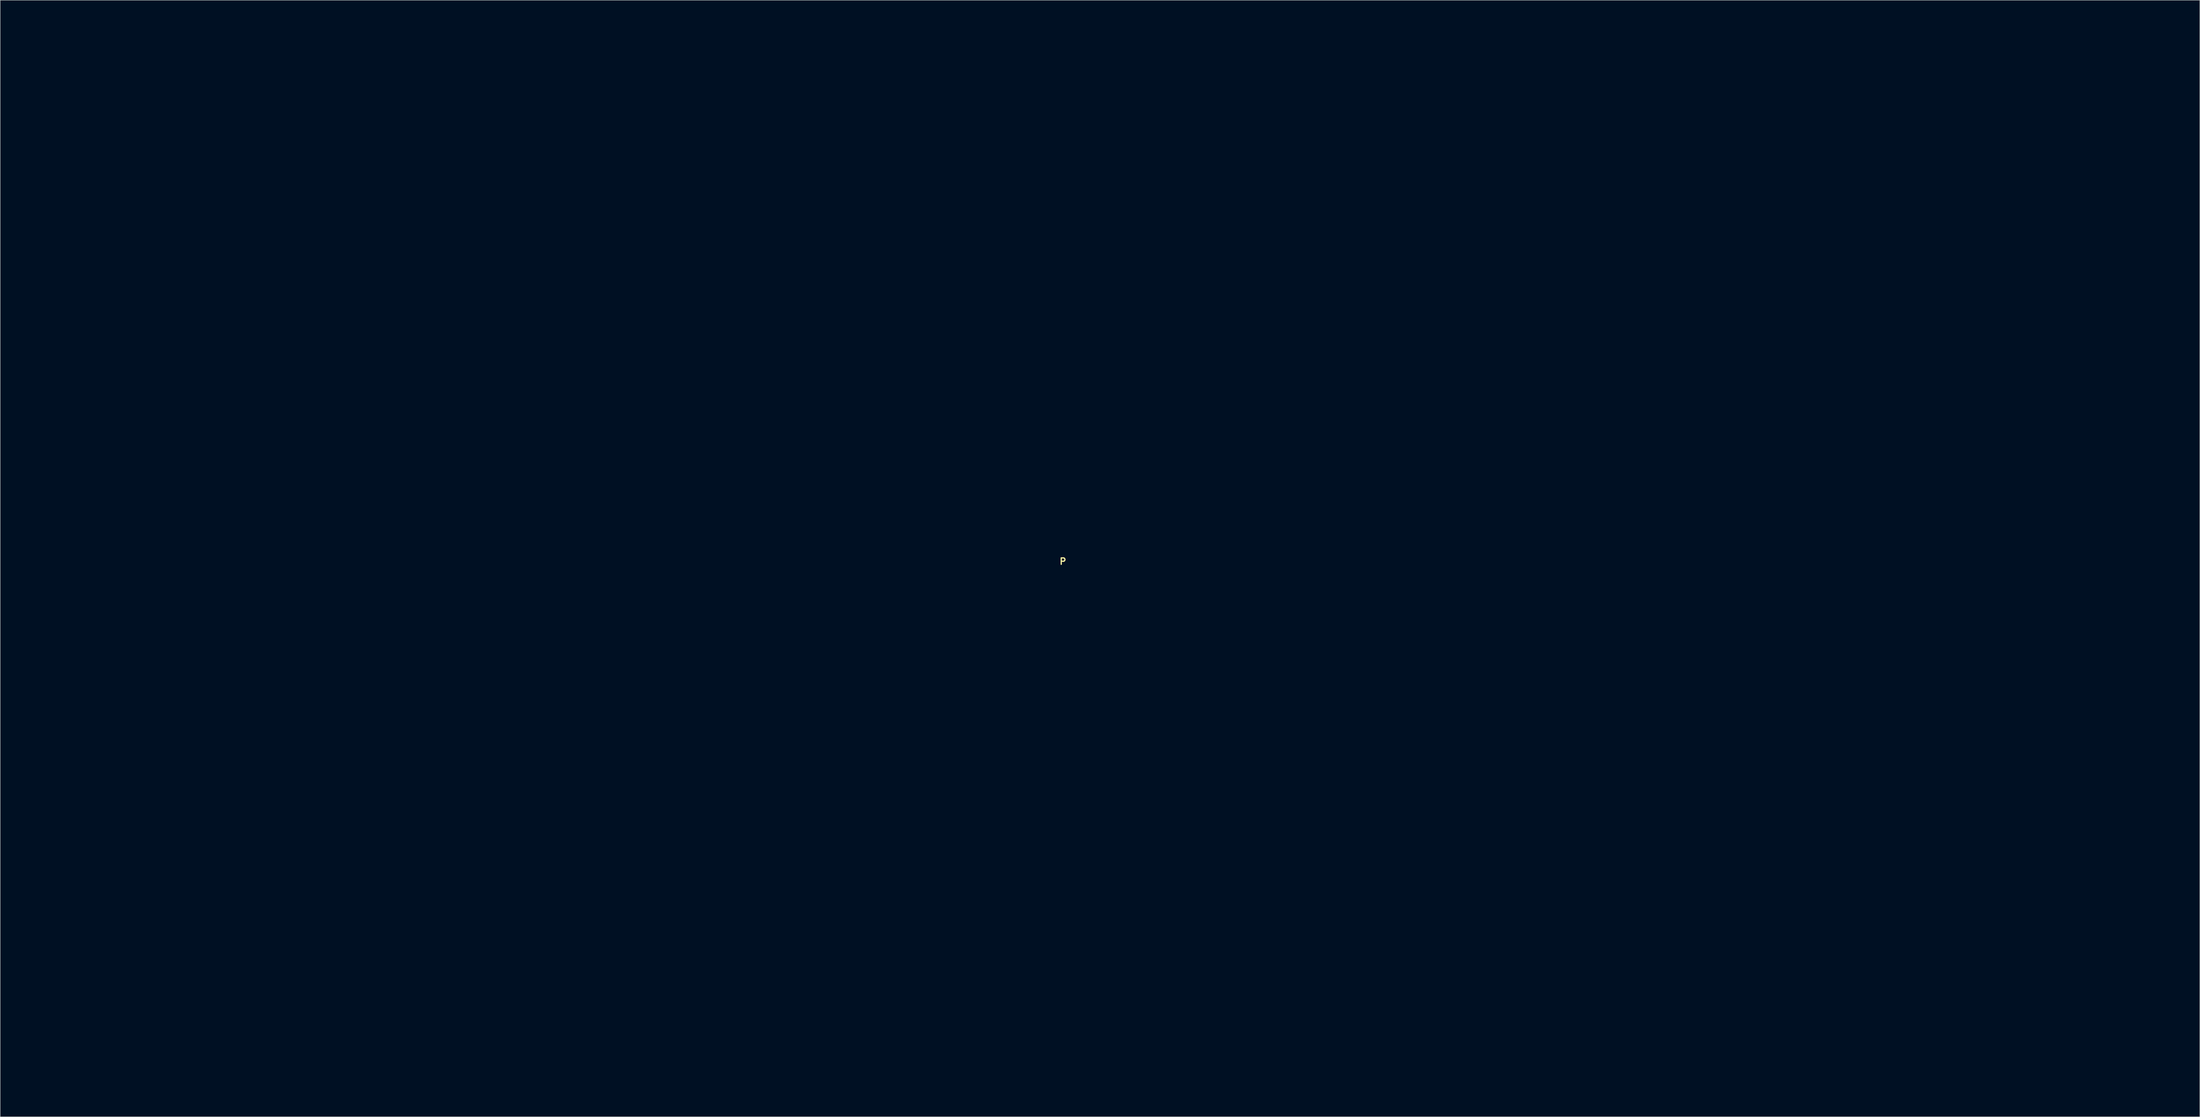
<source format=kicad_pcb>
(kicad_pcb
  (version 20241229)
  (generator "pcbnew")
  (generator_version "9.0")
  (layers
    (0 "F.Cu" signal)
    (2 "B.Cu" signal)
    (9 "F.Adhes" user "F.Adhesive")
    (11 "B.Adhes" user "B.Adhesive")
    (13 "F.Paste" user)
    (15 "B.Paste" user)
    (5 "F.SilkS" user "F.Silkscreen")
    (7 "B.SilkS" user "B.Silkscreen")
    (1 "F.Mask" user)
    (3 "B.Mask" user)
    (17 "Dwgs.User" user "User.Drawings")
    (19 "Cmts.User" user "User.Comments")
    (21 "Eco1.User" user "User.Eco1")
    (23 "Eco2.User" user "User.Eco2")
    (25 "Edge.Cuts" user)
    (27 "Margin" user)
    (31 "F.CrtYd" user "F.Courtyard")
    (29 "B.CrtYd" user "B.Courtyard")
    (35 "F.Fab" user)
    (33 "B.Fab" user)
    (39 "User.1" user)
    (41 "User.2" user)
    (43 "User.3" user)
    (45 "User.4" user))
  (footprint "P"
    (layer "F.Cu")
    (at 249.844 130.594)
    (property "Reference" "P" (at 0 0 0) (layer "F.SilkS") (effects (font (size 1.524 1.524) (thickness 0.3))))
    (attr through_hole)
    (fp_poly (pts (xy 27.712 -130.589) (xy 40.614 -130.588) (xy 53.045 -130.586) (xy 65.002 -130.584) (xy 76.48 -130.581) (xy 87.478 -130.576) (xy 97.991 -130.571) (xy 108.015 -130.565) (xy 117.548 -130.558) (xy 126.587 -130.55) (xy 135.126 -130.541) (xy 143.164 -130.531) (xy 150.697 -130.521) (xy 157.721 -130.509) (xy 164.234 -130.496) (xy 170.23 -130.483) (xy 175.708 -130.469) (xy 180.664 -130.454) (xy 185.094 -130.438) (xy 188.995 -130.421) (xy 192.363 -130.403) (xy 195.196 -130.385) (xy 197.489 -130.365) (xy 199.239 -130.345) (xy 200.443 -130.324) (xy 200.991 -130.308) (xy 208.253 -129.888) (xy 215.016 -129.277) (xy 221.3 -128.468) (xy 227.127 -127.457) (xy 232.516 -126.24) (xy 237.489 -124.81) (xy 242.065 -123.164) (xy 246.266 -121.295) (xy 250.112 -119.2) (xy 251.791 -118.143) (xy 253.773 -116.691) (xy 255.843 -114.912) (xy 257.881 -112.931) (xy 259.766 -110.87) (xy 261.377 -108.852) (xy 262.347 -107.417) (xy 264.076 -104.245) (xy 265.458 -100.933) (xy 266.489 -97.458) (xy 267.169 -93.796) (xy 267.496 -89.924) (xy 267.468 -85.818) (xy 267.083 -81.454) (xy 266.34 -76.81) (xy 265.238 -71.862) (xy 263.773 -66.585) (xy 261.946 -60.957) (xy 259.753 -54.954) (xy 258.335 -51.342) (xy 255.293 -43.989) (xy 252.288 -37.155) (xy 249.3 -30.81) (xy 246.311 -24.924) (xy 243.303 -19.467) (xy 240.258 -14.409) (xy 237.156 -9.72) (xy 233.981 -5.369) (xy 230.714 -1.327) (xy 227.336 2.437) (xy 223.83 5.953) (xy 223.194 6.553) (xy 217.902 11.13) (xy 212.246 15.322) (xy 206.221 19.13) (xy 199.82 22.557) (xy 193.039 25.605) (xy 185.87 28.277) (xy 178.309 30.575) (xy 170.349 32.501) (xy 161.985 34.059) (xy 155.023 35.038) (xy 153.842 35.183) (xy 152.751 35.318) (xy 151.727 35.444) (xy 150.751 35.561) (xy 149.802 35.67) (xy 148.858 35.77) (xy 147.899 35.863) (xy 146.905 35.948) (xy 145.854 36.026) (xy 144.725 36.097) (xy 143.499 36.161) (xy 142.154 36.22) (xy 140.669 36.273) (xy 139.024 36.32) (xy 137.198 36.362) (xy 135.17 36.4) (xy 132.919 36.433) (xy 130.424 36.462) (xy 127.666 36.487) (xy 124.622 36.509) (xy 121.273 36.529) (xy 117.597 36.545) (xy 113.574 36.559) (xy 109.183 36.571) (xy 104.403 36.582) (xy 99.213 36.592) (xy 93.593 36.6) (xy 87.521 36.608) (xy 80.978 36.616) (xy 73.942 36.624) (xy 66.392 36.633) (xy 59.454 36.641) (xy -21.482 36.736) (xy -26.387 48.254) (xy -27.453 50.757) (xy -28.499 53.213) (xy -29.494 55.551) (xy -30.41 57.702) (xy -31.217 59.596) (xy -31.883 61.163) (xy -32.381 62.333) (xy -32.584 62.81) (xy -33.876 65.847) (xy -2.167 65.917) (xy 1.967 65.928) (xy 5.945 65.943) (xy 9.73 65.961) (xy 13.29 65.981) (xy 16.589 66.005) (xy 19.593 66.03) (xy 22.267 66.057) (xy 24.577 66.086) (xy 26.488 66.116) (xy 27.966 66.147) (xy 28.977 66.178) (xy 29.485 66.209) (xy 29.541 66.224) (xy 29.435 66.503) (xy 29.125 67.259) (xy 28.625 68.461) (xy 27.948 70.078) (xy 27.106 72.079) (xy 26.112 74.434) (xy 24.981 77.111) (xy 23.724 80.079) (xy 22.356 83.308) (xy 20.888 86.766) (xy 19.335 90.423) (xy 17.708 94.248) (xy 16.211 97.765) (xy 2.881 129.071) (xy -123.479 129.14) (xy -249.839 129.209) (xy -249.275 127.898) (xy -249.095 127.476) (xy -248.712 126.579) (xy -248.142 125.241) (xy -247.398 123.495) (xy -246.495 121.375) (xy -245.447 118.914) (xy -244.268 116.146) (xy -242.973 113.103) (xy -241.575 109.82) (xy -240.089 106.33) (xy -238.53 102.666) (xy -236.91 98.862) (xy -236.137 97.045) (xy -234.499 93.199) (xy -232.917 89.486) (xy -231.405 85.938) (xy -229.976 82.589) (xy -228.645 79.472) (xy -227.425 76.617) (xy -226.33 74.059) (xy -225.375 71.83) (xy -224.573 69.963) (xy -223.939 68.489) (xy -223.485 67.443) (xy -223.227 66.856) (xy -223.176 66.745) (xy -222.789 65.987) (xy -191.416 65.917) (xy -160.043 65.847) (xy -131.71 -0.69) (xy -120.735 -26.463) (xy 5.522 -26.463) (xy 5.793 -26.439) (xy 6.59 -26.416) (xy 7.886 -26.394) (xy 9.654 -26.373) (xy 11.866 -26.352) (xy 14.497 -26.333) (xy 17.52 -26.316) (xy 20.908 -26.299) (xy 24.633 -26.284) (xy 28.67 -26.271) (xy 32.991 -26.26) (xy 37.571 -26.25) (xy 42.381 -26.243) (xy 47.395 -26.238) (xy 52.587 -26.234) (xy 57.93 -26.234) (xy 58.185 -26.234) (xy 64.68 -26.235) (xy 70.646 -26.237) (xy 76.107 -26.241) (xy 81.084 -26.246) (xy 85.602 -26.252) (xy 89.683 -26.26) (xy 93.352 -26.271) (xy 96.63 -26.283) (xy 99.541 -26.298) (xy 102.109 -26.315) (xy 104.356 -26.334) (xy 106.305 -26.357) (xy 107.981 -26.382) (xy 109.405 -26.41) (xy 110.601 -26.442) (xy 111.593 -26.477) (xy 112.402 -26.516) (xy 113.054 -26.559) (xy 113.57 -26.605) (xy 113.852 -26.639) (xy 118.72 -27.529) (xy 123.263 -28.862) (xy 127.492 -30.644) (xy 131.42 -32.88) (xy 135.057 -35.576) (xy 137.646 -37.947) (xy 140.131 -40.684) (xy 142.316 -43.606) (xy 144.167 -46.641) (xy 145.647 -49.717) (xy 146.72 -52.764) (xy 147.351 -55.708) (xy 147.512 -57.741) (xy 147.51 -58.978) (xy 147.432 -59.866) (xy 147.239 -60.609) (xy 146.89 -61.408) (xy 146.724 -61.738) (xy 145.612 -63.309) (xy 144.008 -64.634) (xy 141.92 -65.71) (xy 139.351 -66.534) (xy 136.518 -67.076) (xy 136.057 -67.116) (xy 135.251 -67.152) (xy 134.088 -67.185) (xy 132.554 -67.214) (xy 130.634 -67.239) (xy 128.316 -67.262) (xy 125.586 -67.281) (xy 122.43 -67.296) (xy 118.834 -67.309) (xy 114.785 -67.318) (xy 110.269 -67.324) (xy 105.272 -67.327) (xy 99.78 -67.327) (xy 93.781 -67.324) (xy 87.26 -67.318) (xy 80.203 -67.31) (xy 78.555 -67.307) (xy 22.793 -67.227) (xy 14.157 -46.963) (xy 12.81 -43.797) (xy 11.527 -40.778) (xy 10.324 -37.943) (xy 9.219 -35.332) (xy 8.227 -32.982) (xy 7.364 -30.932) (xy 6.648 -29.222) (xy 6.094 -27.889) (xy 5.718 -26.972) (xy 5.536 -26.511) (xy 5.522 -26.463) (xy -120.735 -26.463) (xy -103.378 -67.227) (xy -134.682 -67.297) (xy -139.679 -67.31) (xy -144.149 -67.323) (xy -148.117 -67.338) (xy -151.609 -67.355) (xy -154.649 -67.375) (xy -157.263 -67.396) (xy -159.476 -67.421) (xy -161.314 -67.449) (xy -162.8 -67.48) (xy -163.961 -67.516) (xy -164.822 -67.555) (xy -165.407 -67.6) (xy -165.743 -67.649) (xy -165.854 -67.703) (xy -165.853 -67.712) (xy -165.735 -67.992) (xy -165.417 -68.742) (xy -164.914 -69.925) (xy -164.244 -71.502) (xy -163.421 -73.435) (xy -162.463 -75.688) (xy -161.385 -78.221) (xy -160.204 -80.997) (xy -158.935 -83.979) (xy -157.595 -87.127) (xy -156.199 -90.405) (xy -154.765 -93.775) (xy -153.307 -97.198) (xy -151.843 -100.637) (xy -150.388 -104.054) (xy -148.959 -107.411) (xy -147.571 -110.67) (xy -146.24 -113.794) (xy -144.984 -116.744) (xy -143.817 -119.483) (xy -142.756 -121.972) (xy -141.818 -124.175) (xy -141.018 -126.052) (xy -140.372 -127.567) (xy -139.896 -128.681) (xy -139.641 -129.278) (xy -139.08 -130.589) (xy 27.712 -130.589)) (stroke (width 0.01) (type solid)) (fill no) (layer "Eco2.User")))
  (gr_rect
    (start -3 -3)
    (end 520.345 262.808)
    (stroke (width 0.1) (type default))
    (fill no)
    (layer "Edge.Cuts")))
</source>
